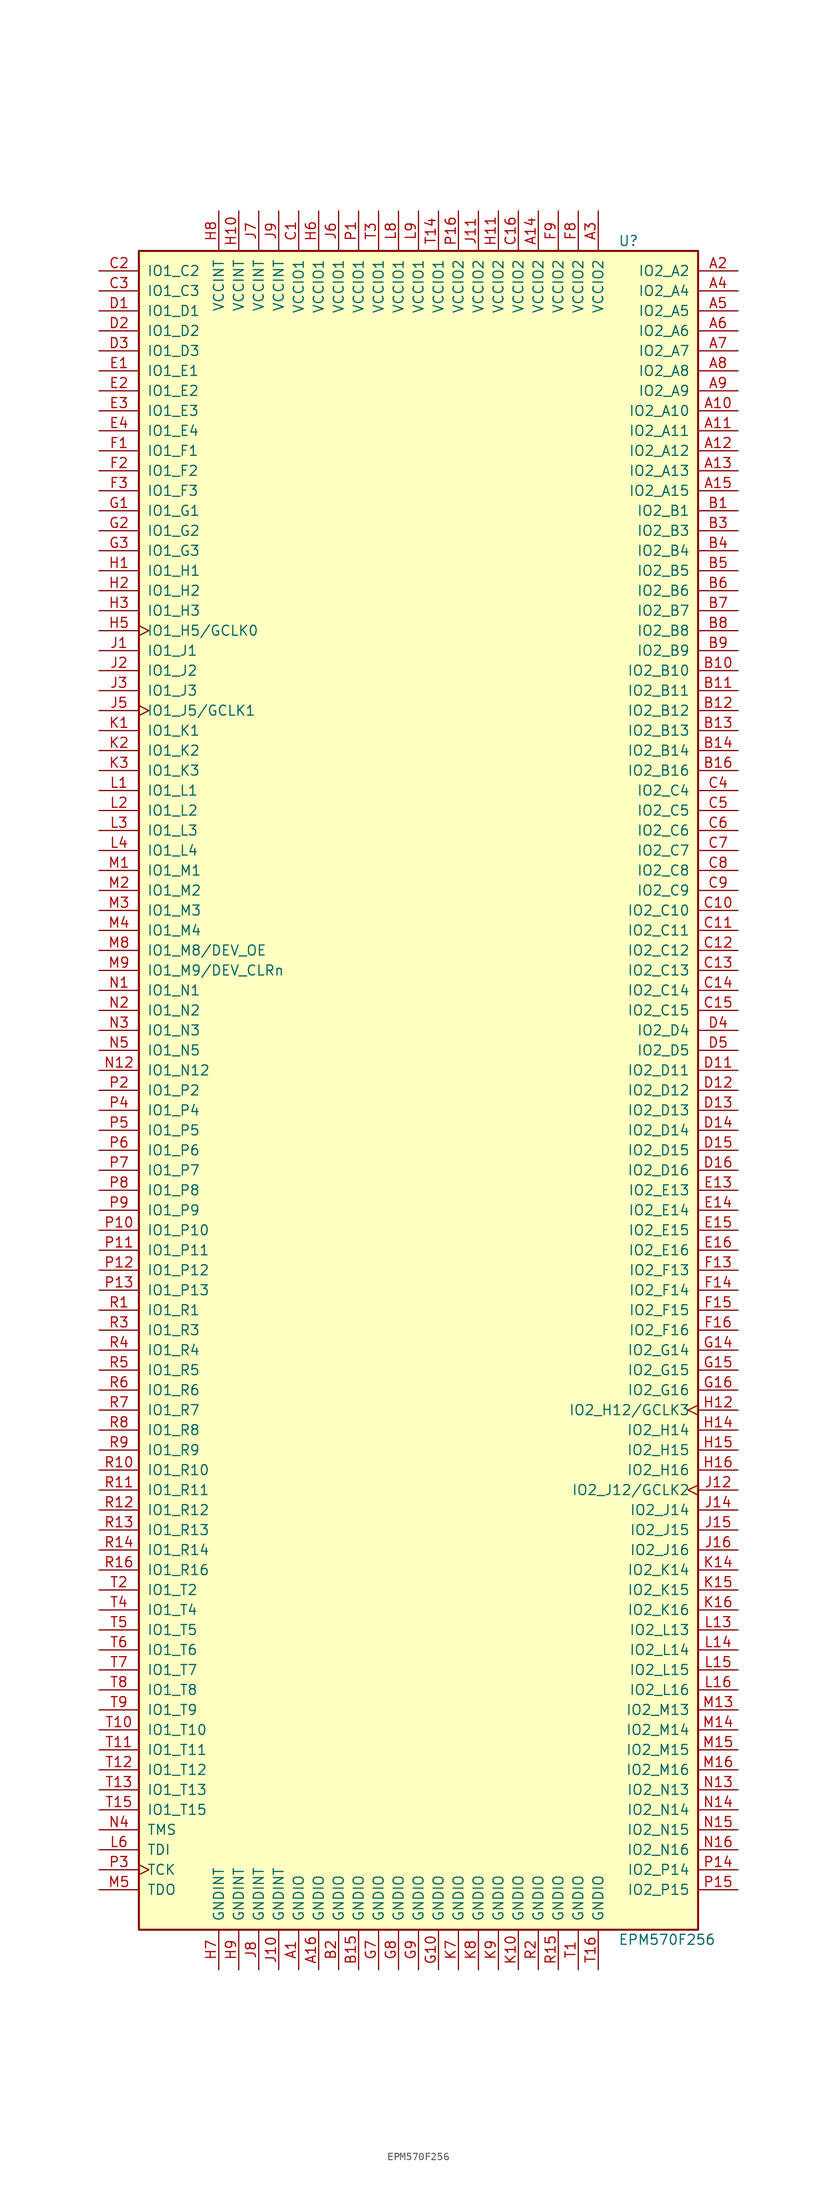
<source format=kicad_sym>
(kicad_symbol_lib
  (version 20211014)
  (generator kicad_symbol_editor)
  (symbol "EPM570F256"
    (pin_names
      (offset 1.016))
    (property "Reference" "U"
      (at 25.4 107.95 0)
      (effects (font (size 1.27 1.27)) (justify left)))
    (property "Value" "EPM570F256"
      (at 25.4 -107.95 0)
      (effects (font (size 1.27 1.27)) (justify left)))
    (property "ki_locked" ""
      (at 0 0 0)
      (effects (font (size 1.27 1.27))))
    (symbol "EPM570F256_1_1"
      (rectangle (start -35.56 106.68) (end 35.56 -106.68) (stroke (width 0.254) (type default) (color 0 0 0 0)) (fill (type background)))
      (pin power_in line (at -15.24 -111.76 90) (length 5.08) (name "GNDIO" (effects (font (size 1.27 1.27)))) (number "A1" (effects (font (size 1.27 1.27)))))
      (pin bidirectional line (at 40.64 86.36 180) (length 5.08) (name "IO2_A10" (effects (font (size 1.27 1.27)))) (number "A10" (effects (font (size 1.27 1.27)))))
      (pin bidirectional line (at 40.64 83.82 180) (length 5.08) (name "IO2_A11" (effects (font (size 1.27 1.27)))) (number "A11" (effects (font (size 1.27 1.27)))))
      (pin bidirectional line (at 40.64 81.28 180) (length 5.08) (name "IO2_A12" (effects (font (size 1.27 1.27)))) (number "A12" (effects (font (size 1.27 1.27)))))
      (pin bidirectional line (at 40.64 78.74 180) (length 5.08) (name "IO2_A13" (effects (font (size 1.27 1.27)))) (number "A13" (effects (font (size 1.27 1.27)))))
      (pin power_in line (at 15.24 111.76 270) (length 5.08) (name "VCCIO2" (effects (font (size 1.27 1.27)))) (number "A14" (effects (font (size 1.27 1.27)))))
      (pin bidirectional line (at 40.64 76.2 180) (length 5.08) (name "IO2_A15" (effects (font (size 1.27 1.27)))) (number "A15" (effects (font (size 1.27 1.27)))))
      (pin power_in line (at -12.7 -111.76 90) (length 5.08) (name "GNDIO" (effects (font (size 1.27 1.27)))) (number "A16" (effects (font (size 1.27 1.27)))))
      (pin bidirectional line (at 40.64 104.14 180) (length 5.08) (name "IO2_A2" (effects (font (size 1.27 1.27)))) (number "A2" (effects (font (size 1.27 1.27)))))
      (pin power_in line (at 22.86 111.76 270) (length 5.08) (name "VCCIO2" (effects (font (size 1.27 1.27)))) (number "A3" (effects (font (size 1.27 1.27)))))
      (pin bidirectional line (at 40.64 101.6 180) (length 5.08) (name "IO2_A4" (effects (font (size 1.27 1.27)))) (number "A4" (effects (font (size 1.27 1.27)))))
      (pin bidirectional line (at 40.64 99.06 180) (length 5.08) (name "IO2_A5" (effects (font (size 1.27 1.27)))) (number "A5" (effects (font (size 1.27 1.27)))))
      (pin bidirectional line (at 40.64 96.52 180) (length 5.08) (name "IO2_A6" (effects (font (size 1.27 1.27)))) (number "A6" (effects (font (size 1.27 1.27)))))
      (pin bidirectional line (at 40.64 93.98 180) (length 5.08) (name "IO2_A7" (effects (font (size 1.27 1.27)))) (number "A7" (effects (font (size 1.27 1.27)))))
      (pin bidirectional line (at 40.64 91.44 180) (length 5.08) (name "IO2_A8" (effects (font (size 1.27 1.27)))) (number "A8" (effects (font (size 1.27 1.27)))))
      (pin bidirectional line (at 40.64 88.9 180) (length 5.08) (name "IO2_A9" (effects (font (size 1.27 1.27)))) (number "A9" (effects (font (size 1.27 1.27)))))
      (pin bidirectional line (at 40.64 73.66 180) (length 5.08) (name "IO2_B1" (effects (font (size 1.27 1.27)))) (number "B1" (effects (font (size 1.27 1.27)))))
      (pin bidirectional line (at 40.64 53.34 180) (length 5.08) (name "IO2_B10" (effects (font (size 1.27 1.27)))) (number "B10" (effects (font (size 1.27 1.27)))))
      (pin bidirectional line (at 40.64 50.8 180) (length 5.08) (name "IO2_B11" (effects (font (size 1.27 1.27)))) (number "B11" (effects (font (size 1.27 1.27)))))
      (pin bidirectional line (at 40.64 48.26 180) (length 5.08) (name "IO2_B12" (effects (font (size 1.27 1.27)))) (number "B12" (effects (font (size 1.27 1.27)))))
      (pin bidirectional line (at 40.64 45.72 180) (length 5.08) (name "IO2_B13" (effects (font (size 1.27 1.27)))) (number "B13" (effects (font (size 1.27 1.27)))))
      (pin bidirectional line (at 40.64 43.18 180) (length 5.08) (name "IO2_B14" (effects (font (size 1.27 1.27)))) (number "B14" (effects (font (size 1.27 1.27)))))
      (pin power_in line (at -7.62 -111.76 90) (length 5.08) (name "GNDIO" (effects (font (size 1.27 1.27)))) (number "B15" (effects (font (size 1.27 1.27)))))
      (pin bidirectional line (at 40.64 40.64 180) (length 5.08) (name "IO2_B16" (effects (font (size 1.27 1.27)))) (number "B16" (effects (font (size 1.27 1.27)))))
      (pin power_in line (at -10.16 -111.76 90) (length 5.08) (name "GNDIO" (effects (font (size 1.27 1.27)))) (number "B2" (effects (font (size 1.27 1.27)))))
      (pin bidirectional line (at 40.64 71.12 180) (length 5.08) (name "IO2_B3" (effects (font (size 1.27 1.27)))) (number "B3" (effects (font (size 1.27 1.27)))))
      (pin bidirectional line (at 40.64 68.58 180) (length 5.08) (name "IO2_B4" (effects (font (size 1.27 1.27)))) (number "B4" (effects (font (size 1.27 1.27)))))
      (pin bidirectional line (at 40.64 66.04 180) (length 5.08) (name "IO2_B5" (effects (font (size 1.27 1.27)))) (number "B5" (effects (font (size 1.27 1.27)))))
      (pin bidirectional line (at 40.64 63.5 180) (length 5.08) (name "IO2_B6" (effects (font (size 1.27 1.27)))) (number "B6" (effects (font (size 1.27 1.27)))))
      (pin bidirectional line (at 40.64 60.96 180) (length 5.08) (name "IO2_B7" (effects (font (size 1.27 1.27)))) (number "B7" (effects (font (size 1.27 1.27)))))
      (pin bidirectional line (at 40.64 58.42 180) (length 5.08) (name "IO2_B8" (effects (font (size 1.27 1.27)))) (number "B8" (effects (font (size 1.27 1.27)))))
      (pin bidirectional line (at 40.64 55.88 180) (length 5.08) (name "IO2_B9" (effects (font (size 1.27 1.27)))) (number "B9" (effects (font (size 1.27 1.27)))))
      (pin power_in line (at -15.24 111.76 270) (length 5.08) (name "VCCIO1" (effects (font (size 1.27 1.27)))) (number "C1" (effects (font (size 1.27 1.27)))))
      (pin bidirectional line (at 40.64 22.86 180) (length 5.08) (name "IO2_C10" (effects (font (size 1.27 1.27)))) (number "C10" (effects (font (size 1.27 1.27)))))
      (pin bidirectional line (at 40.64 20.32 180) (length 5.08) (name "IO2_C11" (effects (font (size 1.27 1.27)))) (number "C11" (effects (font (size 1.27 1.27)))))
      (pin bidirectional line (at 40.64 17.78 180) (length 5.08) (name "IO2_C12" (effects (font (size 1.27 1.27)))) (number "C12" (effects (font (size 1.27 1.27)))))
      (pin bidirectional line (at 40.64 15.24 180) (length 5.08) (name "IO2_C13" (effects (font (size 1.27 1.27)))) (number "C13" (effects (font (size 1.27 1.27)))))
      (pin bidirectional line (at 40.64 12.7 180) (length 5.08) (name "IO2_C14" (effects (font (size 1.27 1.27)))) (number "C14" (effects (font (size 1.27 1.27)))))
      (pin bidirectional line (at 40.64 10.16 180) (length 5.08) (name "IO2_C15" (effects (font (size 1.27 1.27)))) (number "C15" (effects (font (size 1.27 1.27)))))
      (pin power_in line (at 12.7 111.76 270) (length 5.08) (name "VCCIO2" (effects (font (size 1.27 1.27)))) (number "C16" (effects (font (size 1.27 1.27)))))
      (pin bidirectional line (at -40.64 104.14 0) (length 5.08) (name "IO1_C2" (effects (font (size 1.27 1.27)))) (number "C2" (effects (font (size 1.27 1.27)))))
      (pin bidirectional line (at -40.64 101.6 0) (length 5.08) (name "IO1_C3" (effects (font (size 1.27 1.27)))) (number "C3" (effects (font (size 1.27 1.27)))))
      (pin bidirectional line (at 40.64 38.1 180) (length 5.08) (name "IO2_C4" (effects (font (size 1.27 1.27)))) (number "C4" (effects (font (size 1.27 1.27)))))
      (pin bidirectional line (at 40.64 35.56 180) (length 5.08) (name "IO2_C5" (effects (font (size 1.27 1.27)))) (number "C5" (effects (font (size 1.27 1.27)))))
      (pin bidirectional line (at 40.64 33.02 180) (length 5.08) (name "IO2_C6" (effects (font (size 1.27 1.27)))) (number "C6" (effects (font (size 1.27 1.27)))))
      (pin bidirectional line (at 40.64 30.48 180) (length 5.08) (name "IO2_C7" (effects (font (size 1.27 1.27)))) (number "C7" (effects (font (size 1.27 1.27)))))
      (pin bidirectional line (at 40.64 27.94 180) (length 5.08) (name "IO2_C8" (effects (font (size 1.27 1.27)))) (number "C8" (effects (font (size 1.27 1.27)))))
      (pin bidirectional line (at 40.64 25.4 180) (length 5.08) (name "IO2_C9" (effects (font (size 1.27 1.27)))) (number "C9" (effects (font (size 1.27 1.27)))))
      (pin bidirectional line (at -40.64 99.06 0) (length 5.08) (name "IO1_D1" (effects (font (size 1.27 1.27)))) (number "D1" (effects (font (size 1.27 1.27)))))
      (pin bidirectional line (at 40.64 2.54 180) (length 5.08) (name "IO2_D11" (effects (font (size 1.27 1.27)))) (number "D11" (effects (font (size 1.27 1.27)))))
      (pin bidirectional line (at 40.64 0 180) (length 5.08) (name "IO2_D12" (effects (font (size 1.27 1.27)))) (number "D12" (effects (font (size 1.27 1.27)))))
      (pin bidirectional line (at 40.64 -2.54 180) (length 5.08) (name "IO2_D13" (effects (font (size 1.27 1.27)))) (number "D13" (effects (font (size 1.27 1.27)))))
      (pin bidirectional line (at 40.64 -5.08 180) (length 5.08) (name "IO2_D14" (effects (font (size 1.27 1.27)))) (number "D14" (effects (font (size 1.27 1.27)))))
      (pin bidirectional line (at 40.64 -7.62 180) (length 5.08) (name "IO2_D15" (effects (font (size 1.27 1.27)))) (number "D15" (effects (font (size 1.27 1.27)))))
      (pin bidirectional line (at 40.64 -10.16 180) (length 5.08) (name "IO2_D16" (effects (font (size 1.27 1.27)))) (number "D16" (effects (font (size 1.27 1.27)))))
      (pin bidirectional line (at -40.64 96.52 0) (length 5.08) (name "IO1_D2" (effects (font (size 1.27 1.27)))) (number "D2" (effects (font (size 1.27 1.27)))))
      (pin bidirectional line (at -40.64 93.98 0) (length 5.08) (name "IO1_D3" (effects (font (size 1.27 1.27)))) (number "D3" (effects (font (size 1.27 1.27)))))
      (pin bidirectional line (at 40.64 7.62 180) (length 5.08) (name "IO2_D4" (effects (font (size 1.27 1.27)))) (number "D4" (effects (font (size 1.27 1.27)))))
      (pin bidirectional line (at 40.64 5.08 180) (length 5.08) (name "IO2_D5" (effects (font (size 1.27 1.27)))) (number "D5" (effects (font (size 1.27 1.27)))))
      (pin bidirectional line (at -40.64 91.44 0) (length 5.08) (name "IO1_E1" (effects (font (size 1.27 1.27)))) (number "E1" (effects (font (size 1.27 1.27)))))
      (pin bidirectional line (at 40.64 -12.7 180) (length 5.08) (name "IO2_E13" (effects (font (size 1.27 1.27)))) (number "E13" (effects (font (size 1.27 1.27)))))
      (pin bidirectional line (at 40.64 -15.24 180) (length 5.08) (name "IO2_E14" (effects (font (size 1.27 1.27)))) (number "E14" (effects (font (size 1.27 1.27)))))
      (pin bidirectional line (at 40.64 -17.78 180) (length 5.08) (name "IO2_E15" (effects (font (size 1.27 1.27)))) (number "E15" (effects (font (size 1.27 1.27)))))
      (pin bidirectional line (at 40.64 -20.32 180) (length 5.08) (name "IO2_E16" (effects (font (size 1.27 1.27)))) (number "E16" (effects (font (size 1.27 1.27)))))
      (pin bidirectional line (at -40.64 88.9 0) (length 5.08) (name "IO1_E2" (effects (font (size 1.27 1.27)))) (number "E2" (effects (font (size 1.27 1.27)))))
      (pin bidirectional line (at -40.64 86.36 0) (length 5.08) (name "IO1_E3" (effects (font (size 1.27 1.27)))) (number "E3" (effects (font (size 1.27 1.27)))))
      (pin bidirectional line (at -40.64 83.82 0) (length 5.08) (name "IO1_E4" (effects (font (size 1.27 1.27)))) (number "E4" (effects (font (size 1.27 1.27)))))
      (pin bidirectional line (at -40.64 81.28 0) (length 5.08) (name "IO1_F1" (effects (font (size 1.27 1.27)))) (number "F1" (effects (font (size 1.27 1.27)))))
      (pin bidirectional line (at 40.64 -22.86 180) (length 5.08) (name "IO2_F13" (effects (font (size 1.27 1.27)))) (number "F13" (effects (font (size 1.27 1.27)))))
      (pin bidirectional line (at 40.64 -25.4 180) (length 5.08) (name "IO2_F14" (effects (font (size 1.27 1.27)))) (number "F14" (effects (font (size 1.27 1.27)))))
      (pin bidirectional line (at 40.64 -27.94 180) (length 5.08) (name "IO2_F15" (effects (font (size 1.27 1.27)))) (number "F15" (effects (font (size 1.27 1.27)))))
      (pin bidirectional line (at 40.64 -30.48 180) (length 5.08) (name "IO2_F16" (effects (font (size 1.27 1.27)))) (number "F16" (effects (font (size 1.27 1.27)))))
      (pin bidirectional line (at -40.64 78.74 0) (length 5.08) (name "IO1_F2" (effects (font (size 1.27 1.27)))) (number "F2" (effects (font (size 1.27 1.27)))))
      (pin bidirectional line (at -40.64 76.2 0) (length 5.08) (name "IO1_F3" (effects (font (size 1.27 1.27)))) (number "F3" (effects (font (size 1.27 1.27)))))
      (pin power_in line (at 20.32 111.76 270) (length 5.08) (name "VCCIO2" (effects (font (size 1.27 1.27)))) (number "F8" (effects (font (size 1.27 1.27)))))
      (pin power_in line (at 17.78 111.76 270) (length 5.08) (name "VCCIO2" (effects (font (size 1.27 1.27)))) (number "F9" (effects (font (size 1.27 1.27)))))
      (pin bidirectional line (at -40.64 73.66 0) (length 5.08) (name "IO1_G1" (effects (font (size 1.27 1.27)))) (number "G1" (effects (font (size 1.27 1.27)))))
      (pin power_in line (at 2.54 -111.76 90) (length 5.08) (name "GNDIO" (effects (font (size 1.27 1.27)))) (number "G10" (effects (font (size 1.27 1.27)))))
      (pin bidirectional line (at 40.64 -33.02 180) (length 5.08) (name "IO2_G14" (effects (font (size 1.27 1.27)))) (number "G14" (effects (font (size 1.27 1.27)))))
      (pin bidirectional line (at 40.64 -35.56 180) (length 5.08) (name "IO2_G15" (effects (font (size 1.27 1.27)))) (number "G15" (effects (font (size 1.27 1.27)))))
      (pin bidirectional line (at 40.64 -38.1 180) (length 5.08) (name "IO2_G16" (effects (font (size 1.27 1.27)))) (number "G16" (effects (font (size 1.27 1.27)))))
      (pin bidirectional line (at -40.64 71.12 0) (length 5.08) (name "IO1_G2" (effects (font (size 1.27 1.27)))) (number "G2" (effects (font (size 1.27 1.27)))))
      (pin bidirectional line (at -40.64 68.58 0) (length 5.08) (name "IO1_G3" (effects (font (size 1.27 1.27)))) (number "G3" (effects (font (size 1.27 1.27)))))
      (pin power_in line (at -5.08 -111.76 90) (length 5.08) (name "GNDIO" (effects (font (size 1.27 1.27)))) (number "G7" (effects (font (size 1.27 1.27)))))
      (pin power_in line (at -2.54 -111.76 90) (length 5.08) (name "GNDIO" (effects (font (size 1.27 1.27)))) (number "G8" (effects (font (size 1.27 1.27)))))
      (pin power_in line (at 0 -111.76 90) (length 5.08) (name "GNDIO" (effects (font (size 1.27 1.27)))) (number "G9" (effects (font (size 1.27 1.27)))))
      (pin bidirectional line (at -40.64 66.04 0) (length 5.08) (name "IO1_H1" (effects (font (size 1.27 1.27)))) (number "H1" (effects (font (size 1.27 1.27)))))
      (pin power_in line (at -22.86 111.76 270) (length 5.08) (name "VCCINT" (effects (font (size 1.27 1.27)))) (number "H10" (effects (font (size 1.27 1.27)))))
      (pin power_in line (at 10.16 111.76 270) (length 5.08) (name "VCCIO2" (effects (font (size 1.27 1.27)))) (number "H11" (effects (font (size 1.27 1.27)))))
      (pin bidirectional clock (at 40.64 -40.64 180) (length 5.08) (name "IO2_H12/GCLK3" (effects (font (size 1.27 1.27)))) (number "H12" (effects (font (size 1.27 1.27)))))
      (pin bidirectional line (at 40.64 -43.18 180) (length 5.08) (name "IO2_H14" (effects (font (size 1.27 1.27)))) (number "H14" (effects (font (size 1.27 1.27)))))
      (pin bidirectional line (at 40.64 -45.72 180) (length 5.08) (name "IO2_H15" (effects (font (size 1.27 1.27)))) (number "H15" (effects (font (size 1.27 1.27)))))
      (pin bidirectional line (at 40.64 -48.26 180) (length 5.08) (name "IO2_H16" (effects (font (size 1.27 1.27)))) (number "H16" (effects (font (size 1.27 1.27)))))
      (pin bidirectional line (at -40.64 63.5 0) (length 5.08) (name "IO1_H2" (effects (font (size 1.27 1.27)))) (number "H2" (effects (font (size 1.27 1.27)))))
      (pin bidirectional line (at -40.64 60.96 0) (length 5.08) (name "IO1_H3" (effects (font (size 1.27 1.27)))) (number "H3" (effects (font (size 1.27 1.27)))))
      (pin bidirectional clock (at -40.64 58.42 0) (length 5.08) (name "IO1_H5/GCLK0" (effects (font (size 1.27 1.27)))) (number "H5" (effects (font (size 1.27 1.27)))))
      (pin power_in line (at -12.7 111.76 270) (length 5.08) (name "VCCIO1" (effects (font (size 1.27 1.27)))) (number "H6" (effects (font (size 1.27 1.27)))))
      (pin power_in line (at -25.4 -111.76 90) (length 5.08) (name "GNDINT" (effects (font (size 1.27 1.27)))) (number "H7" (effects (font (size 1.27 1.27)))))
      (pin power_in line (at -25.4 111.76 270) (length 5.08) (name "VCCINT" (effects (font (size 1.27 1.27)))) (number "H8" (effects (font (size 1.27 1.27)))))
      (pin power_in line (at -22.86 -111.76 90) (length 5.08) (name "GNDINT" (effects (font (size 1.27 1.27)))) (number "H9" (effects (font (size 1.27 1.27)))))
      (pin bidirectional line (at -40.64 55.88 0) (length 5.08) (name "IO1_J1" (effects (font (size 1.27 1.27)))) (number "J1" (effects (font (size 1.27 1.27)))))
      (pin power_in line (at -17.78 -111.76 90) (length 5.08) (name "GNDINT" (effects (font (size 1.27 1.27)))) (number "J10" (effects (font (size 1.27 1.27)))))
      (pin power_in line (at 7.62 111.76 270) (length 5.08) (name "VCCIO2" (effects (font (size 1.27 1.27)))) (number "J11" (effects (font (size 1.27 1.27)))))
      (pin bidirectional clock (at 40.64 -50.8 180) (length 5.08) (name "IO2_J12/GCLK2" (effects (font (size 1.27 1.27)))) (number "J12" (effects (font (size 1.27 1.27)))))
      (pin bidirectional line (at 40.64 -53.34 180) (length 5.08) (name "IO2_J14" (effects (font (size 1.27 1.27)))) (number "J14" (effects (font (size 1.27 1.27)))))
      (pin bidirectional line (at 40.64 -55.88 180) (length 5.08) (name "IO2_J15" (effects (font (size 1.27 1.27)))) (number "J15" (effects (font (size 1.27 1.27)))))
      (pin bidirectional line (at 40.64 -58.42 180) (length 5.08) (name "IO2_J16" (effects (font (size 1.27 1.27)))) (number "J16" (effects (font (size 1.27 1.27)))))
      (pin bidirectional line (at -40.64 53.34 0) (length 5.08) (name "IO1_J2" (effects (font (size 1.27 1.27)))) (number "J2" (effects (font (size 1.27 1.27)))))
      (pin bidirectional line (at -40.64 50.8 0) (length 5.08) (name "IO1_J3" (effects (font (size 1.27 1.27)))) (number "J3" (effects (font (size 1.27 1.27)))))
      (pin bidirectional clock (at -40.64 48.26 0) (length 5.08) (name "IO1_J5/GCLK1" (effects (font (size 1.27 1.27)))) (number "J5" (effects (font (size 1.27 1.27)))))
      (pin power_in line (at -10.16 111.76 270) (length 5.08) (name "VCCIO1" (effects (font (size 1.27 1.27)))) (number "J6" (effects (font (size 1.27 1.27)))))
      (pin power_in line (at -20.32 111.76 270) (length 5.08) (name "VCCINT" (effects (font (size 1.27 1.27)))) (number "J7" (effects (font (size 1.27 1.27)))))
      (pin power_in line (at -20.32 -111.76 90) (length 5.08) (name "GNDINT" (effects (font (size 1.27 1.27)))) (number "J8" (effects (font (size 1.27 1.27)))))
      (pin power_in line (at -17.78 111.76 270) (length 5.08) (name "VCCINT" (effects (font (size 1.27 1.27)))) (number "J9" (effects (font (size 1.27 1.27)))))
      (pin bidirectional line (at -40.64 45.72 0) (length 5.08) (name "IO1_K1" (effects (font (size 1.27 1.27)))) (number "K1" (effects (font (size 1.27 1.27)))))
      (pin power_in line (at 12.7 -111.76 90) (length 5.08) (name "GNDIO" (effects (font (size 1.27 1.27)))) (number "K10" (effects (font (size 1.27 1.27)))))
      (pin bidirectional line (at 40.64 -60.96 180) (length 5.08) (name "IO2_K14" (effects (font (size 1.27 1.27)))) (number "K14" (effects (font (size 1.27 1.27)))))
      (pin bidirectional line (at 40.64 -63.5 180) (length 5.08) (name "IO2_K15" (effects (font (size 1.27 1.27)))) (number "K15" (effects (font (size 1.27 1.27)))))
      (pin bidirectional line (at 40.64 -66.04 180) (length 5.08) (name "IO2_K16" (effects (font (size 1.27 1.27)))) (number "K16" (effects (font (size 1.27 1.27)))))
      (pin bidirectional line (at -40.64 43.18 0) (length 5.08) (name "IO1_K2" (effects (font (size 1.27 1.27)))) (number "K2" (effects (font (size 1.27 1.27)))))
      (pin bidirectional line (at -40.64 40.64 0) (length 5.08) (name "IO1_K3" (effects (font (size 1.27 1.27)))) (number "K3" (effects (font (size 1.27 1.27)))))
      (pin power_in line (at 5.08 -111.76 90) (length 5.08) (name "GNDIO" (effects (font (size 1.27 1.27)))) (number "K7" (effects (font (size 1.27 1.27)))))
      (pin power_in line (at 7.62 -111.76 90) (length 5.08) (name "GNDIO" (effects (font (size 1.27 1.27)))) (number "K8" (effects (font (size 1.27 1.27)))))
      (pin power_in line (at 10.16 -111.76 90) (length 5.08) (name "GNDIO" (effects (font (size 1.27 1.27)))) (number "K9" (effects (font (size 1.27 1.27)))))
      (pin bidirectional line (at -40.64 38.1 0) (length 5.08) (name "IO1_L1" (effects (font (size 1.27 1.27)))) (number "L1" (effects (font (size 1.27 1.27)))))
      (pin bidirectional line (at 40.64 -68.58 180) (length 5.08) (name "IO2_L13" (effects (font (size 1.27 1.27)))) (number "L13" (effects (font (size 1.27 1.27)))))
      (pin bidirectional line (at 40.64 -71.12 180) (length 5.08) (name "IO2_L14" (effects (font (size 1.27 1.27)))) (number "L14" (effects (font (size 1.27 1.27)))))
      (pin bidirectional line (at 40.64 -73.66 180) (length 5.08) (name "IO2_L15" (effects (font (size 1.27 1.27)))) (number "L15" (effects (font (size 1.27 1.27)))))
      (pin bidirectional line (at 40.64 -76.2 180) (length 5.08) (name "IO2_L16" (effects (font (size 1.27 1.27)))) (number "L16" (effects (font (size 1.27 1.27)))))
      (pin bidirectional line (at -40.64 35.56 0) (length 5.08) (name "IO1_L2" (effects (font (size 1.27 1.27)))) (number "L2" (effects (font (size 1.27 1.27)))))
      (pin bidirectional line (at -40.64 33.02 0) (length 5.08) (name "IO1_L3" (effects (font (size 1.27 1.27)))) (number "L3" (effects (font (size 1.27 1.27)))))
      (pin bidirectional line (at -40.64 30.48 0) (length 5.08) (name "IO1_L4" (effects (font (size 1.27 1.27)))) (number "L4" (effects (font (size 1.27 1.27)))))
      (pin input line (at -40.64 -96.52 0) (length 5.08) (name "TDI" (effects (font (size 1.27 1.27)))) (number "L6" (effects (font (size 1.27 1.27)))))
      (pin power_in line (at -2.54 111.76 270) (length 5.08) (name "VCCIO1" (effects (font (size 1.27 1.27)))) (number "L8" (effects (font (size 1.27 1.27)))))
      (pin power_in line (at 0 111.76 270) (length 5.08) (name "VCCIO1" (effects (font (size 1.27 1.27)))) (number "L9" (effects (font (size 1.27 1.27)))))
      (pin bidirectional line (at -40.64 27.94 0) (length 5.08) (name "IO1_M1" (effects (font (size 1.27 1.27)))) (number "M1" (effects (font (size 1.27 1.27)))))
      (pin bidirectional line (at 40.64 -78.74 180) (length 5.08) (name "IO2_M13" (effects (font (size 1.27 1.27)))) (number "M13" (effects (font (size 1.27 1.27)))))
      (pin bidirectional line (at 40.64 -81.28 180) (length 5.08) (name "IO2_M14" (effects (font (size 1.27 1.27)))) (number "M14" (effects (font (size 1.27 1.27)))))
      (pin bidirectional line (at 40.64 -83.82 180) (length 5.08) (name "IO2_M15" (effects (font (size 1.27 1.27)))) (number "M15" (effects (font (size 1.27 1.27)))))
      (pin bidirectional line (at 40.64 -86.36 180) (length 5.08) (name "IO2_M16" (effects (font (size 1.27 1.27)))) (number "M16" (effects (font (size 1.27 1.27)))))
      (pin bidirectional line (at -40.64 25.4 0) (length 5.08) (name "IO1_M2" (effects (font (size 1.27 1.27)))) (number "M2" (effects (font (size 1.27 1.27)))))
      (pin bidirectional line (at -40.64 22.86 0) (length 5.08) (name "IO1_M3" (effects (font (size 1.27 1.27)))) (number "M3" (effects (font (size 1.27 1.27)))))
      (pin bidirectional line (at -40.64 20.32 0) (length 5.08) (name "IO1_M4" (effects (font (size 1.27 1.27)))) (number "M4" (effects (font (size 1.27 1.27)))))
      (pin output line (at -40.64 -101.6 0) (length 5.08) (name "TDO" (effects (font (size 1.27 1.27)))) (number "M5" (effects (font (size 1.27 1.27)))))
      (pin bidirectional line (at -40.64 17.78 0) (length 5.08) (name "IO1_M8/DEV_OE" (effects (font (size 1.27 1.27)))) (number "M8" (effects (font (size 1.27 1.27)))))
      (pin bidirectional line (at -40.64 15.24 0) (length 5.08) (name "IO1_M9/DEV_CLRn" (effects (font (size 1.27 1.27)))) (number "M9" (effects (font (size 1.27 1.27)))))
      (pin bidirectional line (at -40.64 12.7 0) (length 5.08) (name "IO1_N1" (effects (font (size 1.27 1.27)))) (number "N1" (effects (font (size 1.27 1.27)))))
      (pin bidirectional line (at -40.64 2.54 0) (length 5.08) (name "IO1_N12" (effects (font (size 1.27 1.27)))) (number "N12" (effects (font (size 1.27 1.27)))))
      (pin bidirectional line (at 40.64 -88.9 180) (length 5.08) (name "IO2_N13" (effects (font (size 1.27 1.27)))) (number "N13" (effects (font (size 1.27 1.27)))))
      (pin bidirectional line (at 40.64 -91.44 180) (length 5.08) (name "IO2_N14" (effects (font (size 1.27 1.27)))) (number "N14" (effects (font (size 1.27 1.27)))))
      (pin bidirectional line (at 40.64 -93.98 180) (length 5.08) (name "IO2_N15" (effects (font (size 1.27 1.27)))) (number "N15" (effects (font (size 1.27 1.27)))))
      (pin bidirectional line (at 40.64 -96.52 180) (length 5.08) (name "IO2_N16" (effects (font (size 1.27 1.27)))) (number "N16" (effects (font (size 1.27 1.27)))))
      (pin bidirectional line (at -40.64 10.16 0) (length 5.08) (name "IO1_N2" (effects (font (size 1.27 1.27)))) (number "N2" (effects (font (size 1.27 1.27)))))
      (pin bidirectional line (at -40.64 7.62 0) (length 5.08) (name "IO1_N3" (effects (font (size 1.27 1.27)))) (number "N3" (effects (font (size 1.27 1.27)))))
      (pin input line (at -40.64 -93.98 0) (length 5.08) (name "TMS" (effects (font (size 1.27 1.27)))) (number "N4" (effects (font (size 1.27 1.27)))))
      (pin bidirectional line (at -40.64 5.08 0) (length 5.08) (name "IO1_N5" (effects (font (size 1.27 1.27)))) (number "N5" (effects (font (size 1.27 1.27)))))
      (pin power_in line (at -7.62 111.76 270) (length 5.08) (name "VCCIO1" (effects (font (size 1.27 1.27)))) (number "P1" (effects (font (size 1.27 1.27)))))
      (pin bidirectional line (at -40.64 -17.78 0) (length 5.08) (name "IO1_P10" (effects (font (size 1.27 1.27)))) (number "P10" (effects (font (size 1.27 1.27)))))
      (pin bidirectional line (at -40.64 -20.32 0) (length 5.08) (name "IO1_P11" (effects (font (size 1.27 1.27)))) (number "P11" (effects (font (size 1.27 1.27)))))
      (pin bidirectional line (at -40.64 -22.86 0) (length 5.08) (name "IO1_P12" (effects (font (size 1.27 1.27)))) (number "P12" (effects (font (size 1.27 1.27)))))
      (pin bidirectional line (at -40.64 -25.4 0) (length 5.08) (name "IO1_P13" (effects (font (size 1.27 1.27)))) (number "P13" (effects (font (size 1.27 1.27)))))
      (pin bidirectional line (at 40.64 -99.06 180) (length 5.08) (name "IO2_P14" (effects (font (size 1.27 1.27)))) (number "P14" (effects (font (size 1.27 1.27)))))
      (pin bidirectional line (at 40.64 -101.6 180) (length 5.08) (name "IO2_P15" (effects (font (size 1.27 1.27)))) (number "P15" (effects (font (size 1.27 1.27)))))
      (pin power_in line (at 5.08 111.76 270) (length 5.08) (name "VCCIO2" (effects (font (size 1.27 1.27)))) (number "P16" (effects (font (size 1.27 1.27)))))
      (pin bidirectional line (at -40.64 0 0) (length 5.08) (name "IO1_P2" (effects (font (size 1.27 1.27)))) (number "P2" (effects (font (size 1.27 1.27)))))
      (pin input clock (at -40.64 -99.06 0) (length 5.08) (name "TCK" (effects (font (size 1.27 1.27)))) (number "P3" (effects (font (size 1.27 1.27)))))
      (pin bidirectional line (at -40.64 -2.54 0) (length 5.08) (name "IO1_P4" (effects (font (size 1.27 1.27)))) (number "P4" (effects (font (size 1.27 1.27)))))
      (pin bidirectional line (at -40.64 -5.08 0) (length 5.08) (name "IO1_P5" (effects (font (size 1.27 1.27)))) (number "P5" (effects (font (size 1.27 1.27)))))
      (pin bidirectional line (at -40.64 -7.62 0) (length 5.08) (name "IO1_P6" (effects (font (size 1.27 1.27)))) (number "P6" (effects (font (size 1.27 1.27)))))
      (pin bidirectional line (at -40.64 -10.16 0) (length 5.08) (name "IO1_P7" (effects (font (size 1.27 1.27)))) (number "P7" (effects (font (size 1.27 1.27)))))
      (pin bidirectional line (at -40.64 -12.7 0) (length 5.08) (name "IO1_P8" (effects (font (size 1.27 1.27)))) (number "P8" (effects (font (size 1.27 1.27)))))
      (pin bidirectional line (at -40.64 -15.24 0) (length 5.08) (name "IO1_P9" (effects (font (size 1.27 1.27)))) (number "P9" (effects (font (size 1.27 1.27)))))
      (pin bidirectional line (at -40.64 -27.94 0) (length 5.08) (name "IO1_R1" (effects (font (size 1.27 1.27)))) (number "R1" (effects (font (size 1.27 1.27)))))
      (pin bidirectional line (at -40.64 -48.26 0) (length 5.08) (name "IO1_R10" (effects (font (size 1.27 1.27)))) (number "R10" (effects (font (size 1.27 1.27)))))
      (pin bidirectional line (at -40.64 -50.8 0) (length 5.08) (name "IO1_R11" (effects (font (size 1.27 1.27)))) (number "R11" (effects (font (size 1.27 1.27)))))
      (pin bidirectional line (at -40.64 -53.34 0) (length 5.08) (name "IO1_R12" (effects (font (size 1.27 1.27)))) (number "R12" (effects (font (size 1.27 1.27)))))
      (pin bidirectional line (at -40.64 -55.88 0) (length 5.08) (name "IO1_R13" (effects (font (size 1.27 1.27)))) (number "R13" (effects (font (size 1.27 1.27)))))
      (pin bidirectional line (at -40.64 -58.42 0) (length 5.08) (name "IO1_R14" (effects (font (size 1.27 1.27)))) (number "R14" (effects (font (size 1.27 1.27)))))
      (pin power_in line (at 17.78 -111.76 90) (length 5.08) (name "GNDIO" (effects (font (size 1.27 1.27)))) (number "R15" (effects (font (size 1.27 1.27)))))
      (pin bidirectional line (at -40.64 -60.96 0) (length 5.08) (name "IO1_R16" (effects (font (size 1.27 1.27)))) (number "R16" (effects (font (size 1.27 1.27)))))
      (pin power_in line (at 15.24 -111.76 90) (length 5.08) (name "GNDIO" (effects (font (size 1.27 1.27)))) (number "R2" (effects (font (size 1.27 1.27)))))
      (pin bidirectional line (at -40.64 -30.48 0) (length 5.08) (name "IO1_R3" (effects (font (size 1.27 1.27)))) (number "R3" (effects (font (size 1.27 1.27)))))
      (pin bidirectional line (at -40.64 -33.02 0) (length 5.08) (name "IO1_R4" (effects (font (size 1.27 1.27)))) (number "R4" (effects (font (size 1.27 1.27)))))
      (pin bidirectional line (at -40.64 -35.56 0) (length 5.08) (name "IO1_R5" (effects (font (size 1.27 1.27)))) (number "R5" (effects (font (size 1.27 1.27)))))
      (pin bidirectional line (at -40.64 -38.1 0) (length 5.08) (name "IO1_R6" (effects (font (size 1.27 1.27)))) (number "R6" (effects (font (size 1.27 1.27)))))
      (pin bidirectional line (at -40.64 -40.64 0) (length 5.08) (name "IO1_R7" (effects (font (size 1.27 1.27)))) (number "R7" (effects (font (size 1.27 1.27)))))
      (pin bidirectional line (at -40.64 -43.18 0) (length 5.08) (name "IO1_R8" (effects (font (size 1.27 1.27)))) (number "R8" (effects (font (size 1.27 1.27)))))
      (pin bidirectional line (at -40.64 -45.72 0) (length 5.08) (name "IO1_R9" (effects (font (size 1.27 1.27)))) (number "R9" (effects (font (size 1.27 1.27)))))
      (pin power_in line (at 20.32 -111.76 90) (length 5.08) (name "GNDIO" (effects (font (size 1.27 1.27)))) (number "T1" (effects (font (size 1.27 1.27)))))
      (pin bidirectional line (at -40.64 -81.28 0) (length 5.08) (name "IO1_T10" (effects (font (size 1.27 1.27)))) (number "T10" (effects (font (size 1.27 1.27)))))
      (pin bidirectional line (at -40.64 -83.82 0) (length 5.08) (name "IO1_T11" (effects (font (size 1.27 1.27)))) (number "T11" (effects (font (size 1.27 1.27)))))
      (pin bidirectional line (at -40.64 -86.36 0) (length 5.08) (name "IO1_T12" (effects (font (size 1.27 1.27)))) (number "T12" (effects (font (size 1.27 1.27)))))
      (pin bidirectional line (at -40.64 -88.9 0) (length 5.08) (name "IO1_T13" (effects (font (size 1.27 1.27)))) (number "T13" (effects (font (size 1.27 1.27)))))
      (pin power_in line (at 2.54 111.76 270) (length 5.08) (name "VCCIO1" (effects (font (size 1.27 1.27)))) (number "T14" (effects (font (size 1.27 1.27)))))
      (pin bidirectional line (at -40.64 -91.44 0) (length 5.08) (name "IO1_T15" (effects (font (size 1.27 1.27)))) (number "T15" (effects (font (size 1.27 1.27)))))
      (pin power_in line (at 22.86 -111.76 90) (length 5.08) (name "GNDIO" (effects (font (size 1.27 1.27)))) (number "T16" (effects (font (size 1.27 1.27)))))
      (pin bidirectional line (at -40.64 -63.5 0) (length 5.08) (name "IO1_T2" (effects (font (size 1.27 1.27)))) (number "T2" (effects (font (size 1.27 1.27)))))
      (pin power_in line (at -5.08 111.76 270) (length 5.08) (name "VCCIO1" (effects (font (size 1.27 1.27)))) (number "T3" (effects (font (size 1.27 1.27)))))
      (pin bidirectional line (at -40.64 -66.04 0) (length 5.08) (name "IO1_T4" (effects (font (size 1.27 1.27)))) (number "T4" (effects (font (size 1.27 1.27)))))
      (pin bidirectional line (at -40.64 -68.58 0) (length 5.08) (name "IO1_T5" (effects (font (size 1.27 1.27)))) (number "T5" (effects (font (size 1.27 1.27)))))
      (pin bidirectional line (at -40.64 -71.12 0) (length 5.08) (name "IO1_T6" (effects (font (size 1.27 1.27)))) (number "T6" (effects (font (size 1.27 1.27)))))
      (pin bidirectional line (at -40.64 -73.66 0) (length 5.08) (name "IO1_T7" (effects (font (size 1.27 1.27)))) (number "T7" (effects (font (size 1.27 1.27)))))
      (pin bidirectional line (at -40.64 -76.2 0) (length 5.08) (name "IO1_T8" (effects (font (size 1.27 1.27)))) (number "T8" (effects (font (size 1.27 1.27)))))
      (pin bidirectional line (at -40.64 -78.74 0) (length 5.08) (name "IO1_T9" (effects (font (size 1.27 1.27)))) (number "T9" (effects (font (size 1.27 1.27))))))))
</source>
